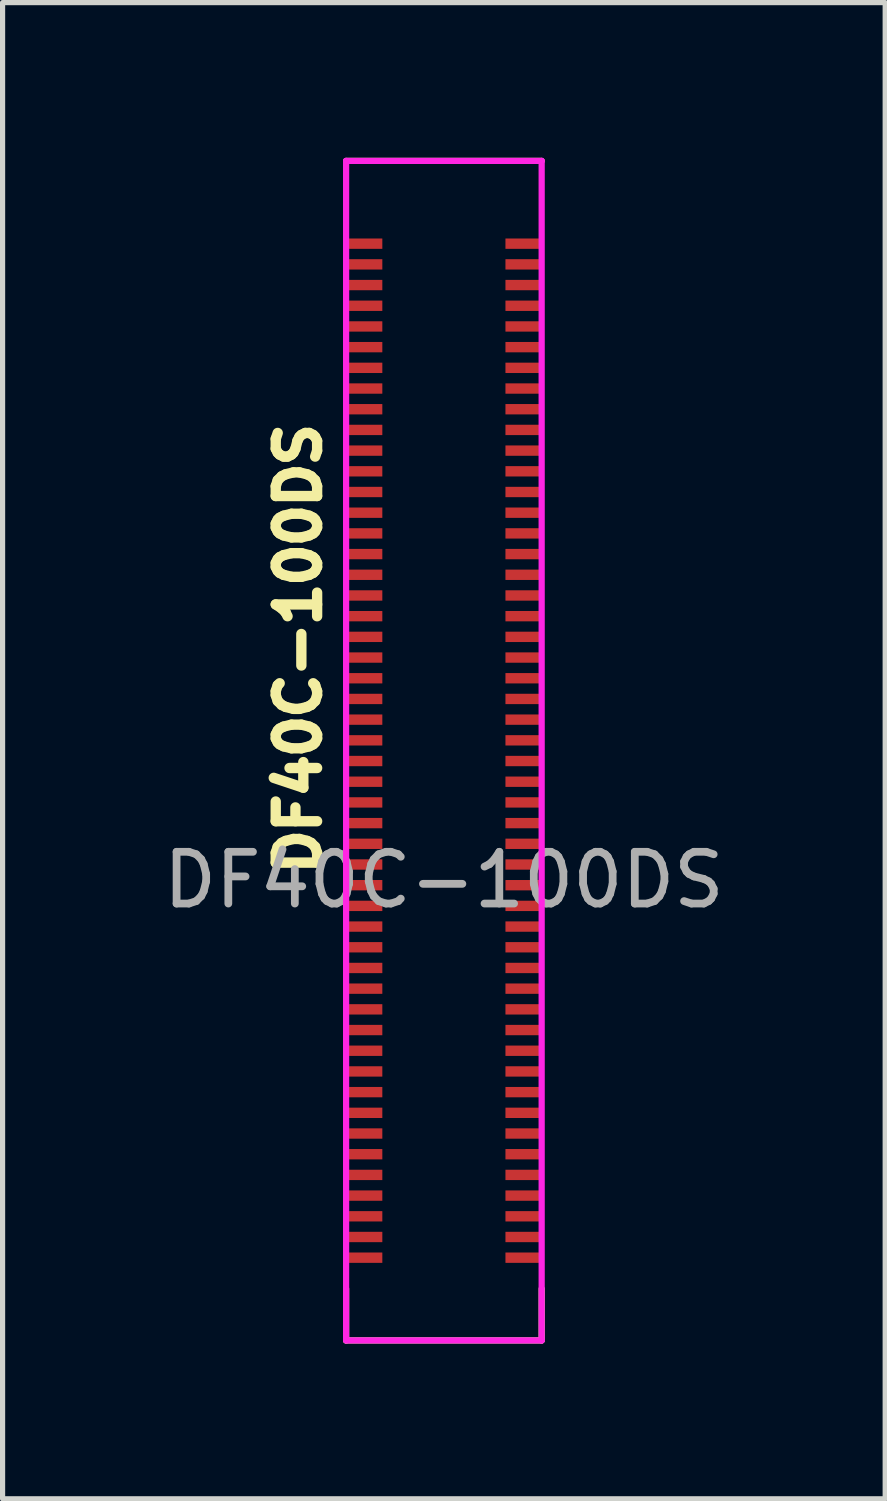
<source format=kicad_pcb>
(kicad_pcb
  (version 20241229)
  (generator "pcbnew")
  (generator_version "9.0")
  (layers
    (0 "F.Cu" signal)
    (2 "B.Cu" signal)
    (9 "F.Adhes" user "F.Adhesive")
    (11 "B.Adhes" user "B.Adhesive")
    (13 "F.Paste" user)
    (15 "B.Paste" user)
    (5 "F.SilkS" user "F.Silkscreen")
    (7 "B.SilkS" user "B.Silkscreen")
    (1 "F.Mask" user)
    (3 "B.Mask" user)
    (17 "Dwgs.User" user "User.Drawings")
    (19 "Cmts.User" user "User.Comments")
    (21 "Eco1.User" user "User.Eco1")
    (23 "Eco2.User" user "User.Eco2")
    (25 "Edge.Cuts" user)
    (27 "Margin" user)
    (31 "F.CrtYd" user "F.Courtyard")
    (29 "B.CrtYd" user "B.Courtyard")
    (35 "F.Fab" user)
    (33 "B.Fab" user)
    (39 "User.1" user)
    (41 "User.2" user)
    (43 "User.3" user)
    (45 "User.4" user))
  (footprint "DF40C-100DS"
    (layer "F.Cu")
    (at 5.53 11.46)
    (property "Reference" "DF40C-100DS" (at -2.81 -1.97 90) (unlocked yes) (layer "F.SilkS") (effects (font (size 0.8 0.8) (thickness 0.2) (bold yes))))
    (attr smd)
    (fp_line (start -1.89 -11.4) (end 1.89 -11.4) (stroke (width 0.12) (type solid)) (layer "F.SilkS"))
    (fp_line (start -1.89 11.4) (end -1.89 10.4) (stroke (width 0.12) (type solid)) (layer "F.SilkS"))
    (fp_line (start -1.89 11.4) (end 1.89 11.4) (stroke (width 0.12) (type solid)) (layer "F.SilkS"))
    (fp_line (start 1.89 11.4) (end 1.89 10.4) (stroke (width 0.12) (type solid)) (layer "F.SilkS"))
    (fp_line (start -1.89 -11.4) (end 1.89 -11.4) (stroke (width 0.12) (type solid)) (layer "F.CrtYd"))
    (fp_line (start -1.89 11.4) (end -1.89 -11.4) (stroke (width 0.12) (type solid)) (layer "F.CrtYd"))
    (fp_line (start 1.89 -11.4) (end 1.89 11.4) (stroke (width 0.12) (type solid)) (layer "F.CrtYd"))
    (fp_line (start 1.89 11.4) (end -1.89 11.4) (stroke (width 0.12) (type solid)) (layer "F.CrtYd"))
    (fp_text user "${REFERENCE}" (at 0 2.5 0) (unlocked yes) (layer "F.Fab") (effects (font (size 1 1) (thickness 0.15))))
    (pad "1" smd rect (at -1.54 -9.8 270) (size 0.2 0.7) (layers "F.Cu" "F.Mask" "F.Paste"))
    (pad "2" smd rect (at 1.54 -9.8 270) (size 0.2 0.7) (layers "F.Cu" "F.Mask" "F.Paste"))
    (pad "3" smd rect (at -1.54 -9.4 270) (size 0.2 0.7) (layers "F.Cu" "F.Mask" "F.Paste"))
    (pad "4" smd rect (at 1.54 -9.4 270) (size 0.2 0.7) (layers "F.Cu" "F.Mask" "F.Paste"))
    (pad "5" smd rect (at -1.54 -9 270) (size 0.2 0.7) (layers "F.Cu" "F.Mask" "F.Paste"))
    (pad "6" smd rect (at 1.54 -9 270) (size 0.2 0.7) (layers "F.Cu" "F.Mask" "F.Paste"))
    (pad "7" smd rect (at -1.54 -8.6 270) (size 0.2 0.7) (layers "F.Cu" "F.Mask" "F.Paste"))
    (pad "8" smd rect (at 1.54 -8.6 270) (size 0.2 0.7) (layers "F.Cu" "F.Mask" "F.Paste"))
    (pad "9" smd rect (at -1.54 -8.2 270) (size 0.2 0.7) (layers "F.Cu" "F.Mask" "F.Paste"))
    (pad "10" smd rect (at 1.54 -8.2 270) (size 0.2 0.7) (layers "F.Cu" "F.Mask" "F.Paste"))
    (pad "11" smd rect (at -1.54 -7.8 270) (size 0.2 0.7) (layers "F.Cu" "F.Mask" "F.Paste"))
    (pad "12" smd rect (at 1.54 -7.8 270) (size 0.2 0.7) (layers "F.Cu" "F.Mask" "F.Paste"))
    (pad "13" smd rect (at -1.54 -7.4 270) (size 0.2 0.7) (layers "F.Cu" "F.Mask" "F.Paste"))
    (pad "14" smd rect (at 1.54 -7.4 270) (size 0.2 0.7) (layers "F.Cu" "F.Mask" "F.Paste"))
    (pad "15" smd rect (at -1.54 -7 270) (size 0.2 0.7) (layers "F.Cu" "F.Mask" "F.Paste"))
    (pad "16" smd rect (at 1.54 -7 270) (size 0.2 0.7) (layers "F.Cu" "F.Mask" "F.Paste"))
    (pad "17" smd rect (at -1.54 -6.6 270) (size 0.2 0.7) (layers "F.Cu" "F.Mask" "F.Paste"))
    (pad "18" smd rect (at 1.54 -6.6 270) (size 0.2 0.7) (layers "F.Cu" "F.Mask" "F.Paste"))
    (pad "19" smd rect (at -1.54 -6.2 270) (size 0.2 0.7) (layers "F.Cu" "F.Mask" "F.Paste"))
    (pad "20" smd rect (at 1.54 -6.2 270) (size 0.2 0.7) (layers "F.Cu" "F.Mask" "F.Paste"))
    (pad "21" smd rect (at -1.54 -5.8 270) (size 0.2 0.7) (layers "F.Cu" "F.Mask" "F.Paste"))
    (pad "22" smd rect (at 1.54 -5.8 270) (size 0.2 0.7) (layers "F.Cu" "F.Mask" "F.Paste"))
    (pad "23" smd rect (at -1.54 -5.4 270) (size 0.2 0.7) (layers "F.Cu" "F.Mask" "F.Paste"))
    (pad "24" smd rect (at 1.54 -5.4 270) (size 0.2 0.7) (layers "F.Cu" "F.Mask" "F.Paste"))
    (pad "25" smd rect (at -1.54 -5 270) (size 0.2 0.7) (layers "F.Cu" "F.Mask" "F.Paste"))
    (pad "26" smd rect (at 1.54 -5 270) (size 0.2 0.7) (layers "F.Cu" "F.Mask" "F.Paste"))
    (pad "27" smd rect (at -1.54 -4.6 270) (size 0.2 0.7) (layers "F.Cu" "F.Mask" "F.Paste"))
    (pad "28" smd rect (at 1.54 -4.6 270) (size 0.2 0.7) (layers "F.Cu" "F.Mask" "F.Paste"))
    (pad "29" smd rect (at -1.54 -4.2 270) (size 0.2 0.7) (layers "F.Cu" "F.Mask" "F.Paste"))
    (pad "30" smd rect (at 1.54 -4.2 270) (size 0.2 0.7) (layers "F.Cu" "F.Mask" "F.Paste"))
    (pad "31" smd rect (at -1.54 -3.8 270) (size 0.2 0.7) (layers "F.Cu" "F.Mask" "F.Paste"))
    (pad "32" smd rect (at 1.54 -3.8 270) (size 0.2 0.7) (layers "F.Cu" "F.Mask" "F.Paste"))
    (pad "33" smd rect (at -1.54 -3.4 270) (size 0.2 0.7) (layers "F.Cu" "F.Mask" "F.Paste"))
    (pad "34" smd rect (at 1.54 -3.4 270) (size 0.2 0.7) (layers "F.Cu" "F.Mask" "F.Paste"))
    (pad "35" smd rect (at -1.54 -3 270) (size 0.2 0.7) (layers "F.Cu" "F.Mask" "F.Paste"))
    (pad "36" smd rect (at 1.54 -3 270) (size 0.2 0.7) (layers "F.Cu" "F.Mask" "F.Paste"))
    (pad "37" smd rect (at -1.54 -2.6 270) (size 0.2 0.7) (layers "F.Cu" "F.Mask" "F.Paste"))
    (pad "38" smd rect (at 1.54 -2.6 270) (size 0.2 0.7) (layers "F.Cu" "F.Mask" "F.Paste"))
    (pad "39" smd rect (at -1.54 -2.2 270) (size 0.2 0.7) (layers "F.Cu" "F.Mask" "F.Paste"))
    (pad "40" smd rect (at 1.54 -2.2 270) (size 0.2 0.7) (layers "F.Cu" "F.Mask" "F.Paste"))
    (pad "41" smd rect (at -1.54 -1.8 270) (size 0.2 0.7) (layers "F.Cu" "F.Mask" "F.Paste"))
    (pad "42" smd rect (at 1.54 -1.8 270) (size 0.2 0.7) (layers "F.Cu" "F.Mask" "F.Paste"))
    (pad "43" smd rect (at -1.54 -1.4 270) (size 0.2 0.7) (layers "F.Cu" "F.Mask" "F.Paste"))
    (pad "44" smd rect (at 1.54 -1.4 270) (size 0.2 0.7) (layers "F.Cu" "F.Mask" "F.Paste"))
    (pad "45" smd rect (at -1.54 -1 270) (size 0.2 0.7) (layers "F.Cu" "F.Mask" "F.Paste"))
    (pad "46" smd rect (at 1.54 -1 270) (size 0.2 0.7) (layers "F.Cu" "F.Mask" "F.Paste"))
    (pad "47" smd rect (at -1.54 -0.6 270) (size 0.2 0.7) (layers "F.Cu" "F.Mask" "F.Paste"))
    (pad "48" smd rect (at 1.54 -0.6 270) (size 0.2 0.7) (layers "F.Cu" "F.Mask" "F.Paste"))
    (pad "49" smd rect (at -1.54 -0.2 270) (size 0.2 0.7) (layers "F.Cu" "F.Mask" "F.Paste"))
    (pad "50" smd rect (at 1.54 -0.2 270) (size 0.2 0.7) (layers "F.Cu" "F.Mask" "F.Paste"))
    (pad "51" smd rect (at -1.54 0.2 270) (size 0.2 0.7) (layers "F.Cu" "F.Mask" "F.Paste"))
    (pad "52" smd rect (at 1.54 0.2 270) (size 0.2 0.7) (layers "F.Cu" "F.Mask" "F.Paste"))
    (pad "53" smd rect (at -1.54 0.6 270) (size 0.2 0.7) (layers "F.Cu" "F.Mask" "F.Paste"))
    (pad "54" smd rect (at 1.54 0.6 270) (size 0.2 0.7) (layers "F.Cu" "F.Mask" "F.Paste"))
    (pad "55" smd rect (at -1.54 1 270) (size 0.2 0.7) (layers "F.Cu" "F.Mask" "F.Paste"))
    (pad "56" smd rect (at 1.54 1 270) (size 0.2 0.7) (layers "F.Cu" "F.Mask" "F.Paste"))
    (pad "57" smd rect (at -1.54 1.4 270) (size 0.2 0.7) (layers "F.Cu" "F.Mask" "F.Paste"))
    (pad "58" smd rect (at 1.54 1.4 270) (size 0.2 0.7) (layers "F.Cu" "F.Mask" "F.Paste"))
    (pad "59" smd rect (at -1.54 1.8 270) (size 0.2 0.7) (layers "F.Cu" "F.Mask" "F.Paste"))
    (pad "60" smd rect (at 1.54 1.8 270) (size 0.2 0.7) (layers "F.Cu" "F.Mask" "F.Paste"))
    (pad "61" smd rect (at -1.54 2.2 270) (size 0.2 0.7) (layers "F.Cu" "F.Mask" "F.Paste"))
    (pad "62" smd rect (at 1.54 2.2 270) (size 0.2 0.7) (layers "F.Cu" "F.Mask" "F.Paste"))
    (pad "63" smd rect (at -1.54 2.6 270) (size 0.2 0.7) (layers "F.Cu" "F.Mask" "F.Paste"))
    (pad "64" smd rect (at 1.54 2.6 270) (size 0.2 0.7) (layers "F.Cu" "F.Mask" "F.Paste"))
    (pad "65" smd rect (at -1.54 3 270) (size 0.2 0.7) (layers "F.Cu" "F.Mask" "F.Paste"))
    (pad "66" smd rect (at 1.54 3 270) (size 0.2 0.7) (layers "F.Cu" "F.Mask" "F.Paste"))
    (pad "67" smd rect (at -1.54 3.4 270) (size 0.2 0.7) (layers "F.Cu" "F.Mask" "F.Paste"))
    (pad "68" smd rect (at 1.54 3.4 270) (size 0.2 0.7) (layers "F.Cu" "F.Mask" "F.Paste"))
    (pad "69" smd rect (at -1.54 3.8 270) (size 0.2 0.7) (layers "F.Cu" "F.Mask" "F.Paste"))
    (pad "70" smd rect (at 1.54 3.8 270) (size 0.2 0.7) (layers "F.Cu" "F.Mask" "F.Paste"))
    (pad "71" smd rect (at -1.54 4.2 270) (size 0.2 0.7) (layers "F.Cu" "F.Mask" "F.Paste"))
    (pad "72" smd rect (at 1.54 4.2 270) (size 0.2 0.7) (layers "F.Cu" "F.Mask" "F.Paste"))
    (pad "73" smd rect (at -1.54 4.6 270) (size 0.2 0.7) (layers "F.Cu" "F.Mask" "F.Paste"))
    (pad "74" smd rect (at 1.54 4.6 270) (size 0.2 0.7) (layers "F.Cu" "F.Mask" "F.Paste"))
    (pad "75" smd rect (at -1.54 5 270) (size 0.2 0.7) (layers "F.Cu" "F.Mask" "F.Paste"))
    (pad "76" smd rect (at 1.54 5 270) (size 0.2 0.7) (layers "F.Cu" "F.Mask" "F.Paste"))
    (pad "77" smd rect (at -1.54 5.4 270) (size 0.2 0.7) (layers "F.Cu" "F.Mask" "F.Paste"))
    (pad "78" smd rect (at 1.54 5.4 270) (size 0.2 0.7) (layers "F.Cu" "F.Mask" "F.Paste"))
    (pad "79" smd rect (at -1.54 5.8 270) (size 0.2 0.7) (layers "F.Cu" "F.Mask" "F.Paste"))
    (pad "80" smd rect (at 1.54 5.8 270) (size 0.2 0.7) (layers "F.Cu" "F.Mask" "F.Paste"))
    (pad "81" smd rect (at -1.54 6.2 270) (size 0.2 0.7) (layers "F.Cu" "F.Mask" "F.Paste"))
    (pad "82" smd rect (at 1.54 6.2 270) (size 0.2 0.7) (layers "F.Cu" "F.Mask" "F.Paste"))
    (pad "83" smd rect (at -1.54 6.6 270) (size 0.2 0.7) (layers "F.Cu" "F.Mask" "F.Paste"))
    (pad "84" smd rect (at 1.54 6.6 270) (size 0.2 0.7) (layers "F.Cu" "F.Mask" "F.Paste"))
    (pad "85" smd rect (at -1.54 7 270) (size 0.2 0.7) (layers "F.Cu" "F.Mask" "F.Paste"))
    (pad "86" smd rect (at 1.54 7 270) (size 0.2 0.7) (layers "F.Cu" "F.Mask" "F.Paste"))
    (pad "87" smd rect (at -1.54 7.4 270) (size 0.2 0.7) (layers "F.Cu" "F.Mask" "F.Paste"))
    (pad "88" smd rect (at 1.54 7.4 270) (size 0.2 0.7) (layers "F.Cu" "F.Mask" "F.Paste"))
    (pad "89" smd rect (at -1.54 7.8 270) (size 0.2 0.7) (layers "F.Cu" "F.Mask" "F.Paste"))
    (pad "90" smd rect (at 1.54 7.8 270) (size 0.2 0.7) (layers "F.Cu" "F.Mask" "F.Paste"))
    (pad "91" smd rect (at -1.54 8.2 270) (size 0.2 0.7) (layers "F.Cu" "F.Mask" "F.Paste"))
    (pad "92" smd rect (at 1.54 8.2 270) (size 0.2 0.7) (layers "F.Cu" "F.Mask" "F.Paste"))
    (pad "93" smd rect (at -1.54 8.6 270) (size 0.2 0.7) (layers "F.Cu" "F.Mask" "F.Paste"))
    (pad "94" smd rect (at 1.54 8.6 270) (size 0.2 0.7) (layers "F.Cu" "F.Mask" "F.Paste"))
    (pad "95" smd rect (at -1.54 9 270) (size 0.2 0.7) (layers "F.Cu" "F.Mask" "F.Paste"))
    (pad "96" smd rect (at 1.54 9 270) (size 0.2 0.7) (layers "F.Cu" "F.Mask" "F.Paste"))
    (pad "97" smd rect (at -1.54 9.4 270) (size 0.2 0.7) (layers "F.Cu" "F.Mask" "F.Paste"))
    (pad "98" smd rect (at 1.54 9.4 270) (size 0.2 0.7) (layers "F.Cu" "F.Mask" "F.Paste"))
    (pad "99" smd rect (at -1.54 9.8 270) (size 0.2 0.7) (layers "F.Cu" "F.Mask" "F.Paste"))
    (pad "100" smd rect (at 1.54 9.8 270) (size 0.2 0.7) (layers "F.Cu" "F.Mask" "F.Paste")))
  (gr_rect
    (start -3 -3)
    (end 14.06 25.92)
    (stroke (width 0.1) (type default))
    (fill no)
    (layer "Edge.Cuts")))
</source>
